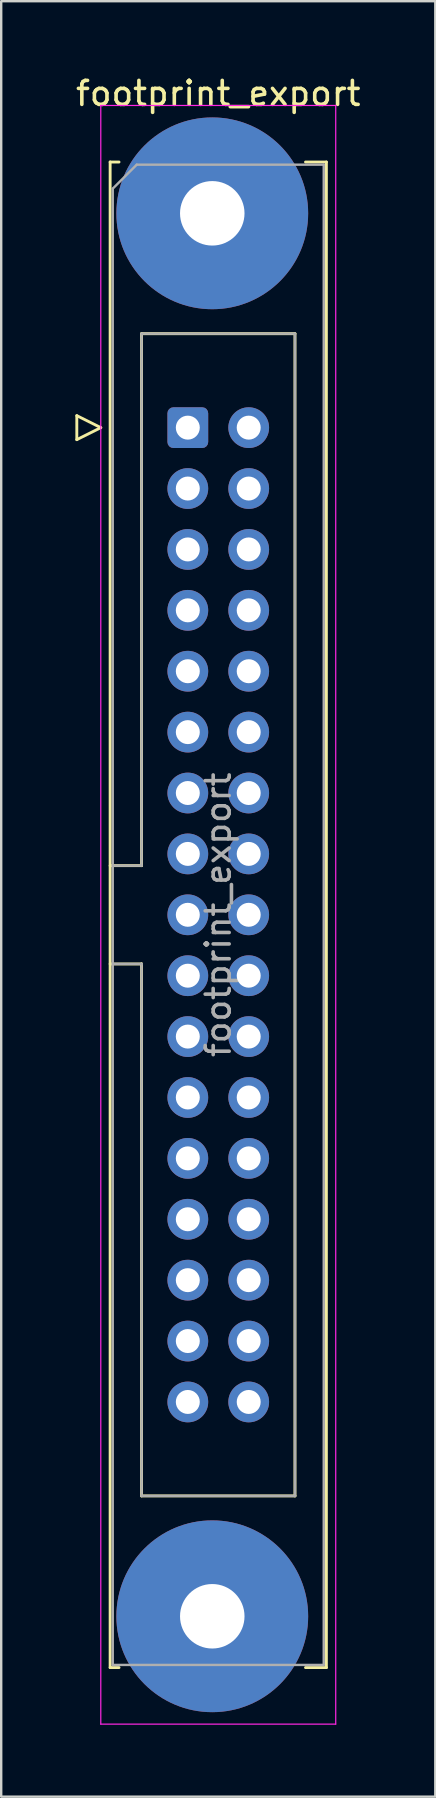
<source format=kicad_pcb>
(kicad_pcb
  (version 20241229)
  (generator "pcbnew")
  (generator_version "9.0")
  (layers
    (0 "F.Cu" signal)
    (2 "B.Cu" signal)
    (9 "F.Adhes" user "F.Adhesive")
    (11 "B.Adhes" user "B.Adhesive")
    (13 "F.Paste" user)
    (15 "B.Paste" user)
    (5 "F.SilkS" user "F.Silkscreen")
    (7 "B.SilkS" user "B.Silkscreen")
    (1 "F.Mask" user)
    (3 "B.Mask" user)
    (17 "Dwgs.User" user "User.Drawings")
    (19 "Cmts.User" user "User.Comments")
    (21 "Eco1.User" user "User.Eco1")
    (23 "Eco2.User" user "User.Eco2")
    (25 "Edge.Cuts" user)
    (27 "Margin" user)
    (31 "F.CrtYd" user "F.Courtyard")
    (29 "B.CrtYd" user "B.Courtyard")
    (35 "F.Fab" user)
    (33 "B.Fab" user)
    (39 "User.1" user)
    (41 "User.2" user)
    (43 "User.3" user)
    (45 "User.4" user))
  (footprint "footprint_export"
    (layer "F.Cu")
    (at 4.784 14.788)
    (property "Reference" "footprint_export" (at 1.27 -13.94 0) (layer "F.SilkS") (effects (font (size 1 1) (thickness 0.15))))
    (attr through_hole)
    (fp_line (start -4.63 -0.5) (end -4.63 0.5) (stroke (width 0.12) (type solid)) (layer "F.SilkS"))
    (fp_line (start -4.63 0.5) (end -3.63 0) (stroke (width 0.12) (type solid)) (layer "F.SilkS"))
    (fp_line (start -3.63 0) (end -4.63 -0.5) (stroke (width 0.12) (type solid)) (layer "F.SilkS"))
    (fp_line (start -3.24 -11.08) (end -3.24 51.72) (stroke (width 0.12) (type solid)) (layer "F.SilkS"))
    (fp_line (start -3.24 18.27) (end -1.93 18.27) (stroke (width 0.12) (type solid)) (layer "F.SilkS"))
    (fp_line (start -3.24 51.72) (end -2.87 51.72) (stroke (width 0.12) (type solid)) (layer "F.SilkS"))
    (fp_line (start -2.87 -11.08) (end -3.24 -11.08) (stroke (width 0.12) (type solid)) (layer "F.SilkS"))
    (fp_line (start -1.93 -3.92) (end 4.47 -3.92) (stroke (width 0.12) (type solid)) (layer "F.SilkS"))
    (fp_line (start -1.93 18.27) (end -1.93 -3.92) (stroke (width 0.12) (type solid)) (layer "F.SilkS"))
    (fp_line (start -1.93 22.37) (end -3.24 22.37) (stroke (width 0.12) (type solid)) (layer "F.SilkS"))
    (fp_line (start -1.93 22.37) (end -1.93 22.37) (stroke (width 0.12) (type solid)) (layer "F.SilkS"))
    (fp_line (start -1.93 44.56) (end -1.93 22.37) (stroke (width 0.12) (type solid)) (layer "F.SilkS"))
    (fp_line (start 4.47 -3.92) (end 4.47 44.56) (stroke (width 0.12) (type solid)) (layer "F.SilkS"))
    (fp_line (start 4.47 44.56) (end -1.93 44.56) (stroke (width 0.12) (type solid)) (layer "F.SilkS"))
    (fp_line (start 4.91 -11.08) (end 5.78 -11.08) (stroke (width 0.12) (type solid)) (layer "F.SilkS"))
    (fp_line (start 5.78 -11.08) (end 5.78 51.72) (stroke (width 0.12) (type solid)) (layer "F.SilkS"))
    (fp_line (start 5.78 51.72) (end 4.91 51.72) (stroke (width 0.12) (type solid)) (layer "F.SilkS"))
    (fp_line (start -3.63 -13.44) (end -3.63 54.08) (stroke (width 0.05) (type solid)) (layer "F.CrtYd"))
    (fp_line (start -3.63 54.08) (end 6.17 54.08) (stroke (width 0.05) (type solid)) (layer "F.CrtYd"))
    (fp_line (start 6.17 -13.44) (end -3.63 -13.44) (stroke (width 0.05) (type solid)) (layer "F.CrtYd"))
    (fp_line (start 6.17 54.08) (end 6.17 -13.44) (stroke (width 0.05) (type solid)) (layer "F.CrtYd"))
    (fp_line (start -3.13 -9.97) (end -2.13 -10.97) (stroke (width 0.1) (type solid)) (layer "F.Fab"))
    (fp_line (start -3.13 18.27) (end -1.93 18.27) (stroke (width 0.1) (type solid)) (layer "F.Fab"))
    (fp_line (start -3.13 51.61) (end -3.13 -9.97) (stroke (width 0.1) (type solid)) (layer "F.Fab"))
    (fp_line (start -2.13 -10.97) (end 5.67 -10.97) (stroke (width 0.1) (type solid)) (layer "F.Fab"))
    (fp_line (start -1.93 -3.92) (end 4.47 -3.92) (stroke (width 0.1) (type solid)) (layer "F.Fab"))
    (fp_line (start -1.93 18.27) (end -1.93 -3.92) (stroke (width 0.1) (type solid)) (layer "F.Fab"))
    (fp_line (start -1.93 22.37) (end -3.13 22.37) (stroke (width 0.1) (type solid)) (layer "F.Fab"))
    (fp_line (start -1.93 22.37) (end -1.93 22.37) (stroke (width 0.1) (type solid)) (layer "F.Fab"))
    (fp_line (start -1.93 44.56) (end -1.93 22.37) (stroke (width 0.1) (type solid)) (layer "F.Fab"))
    (fp_line (start 4.47 -3.92) (end 4.47 44.56) (stroke (width 0.1) (type solid)) (layer "F.Fab"))
    (fp_line (start 4.47 44.56) (end -1.93 44.56) (stroke (width 0.1) (type solid)) (layer "F.Fab"))
    (fp_line (start 5.67 -10.97) (end 5.67 51.61) (stroke (width 0.1) (type solid)) (layer "F.Fab"))
    (fp_line (start 5.67 51.61) (end -3.13 51.61) (stroke (width 0.1) (type solid)) (layer "F.Fab"))
    (fp_text user "${REFERENCE}" (at 1.27 20.32 90) (layer "F.Fab") (effects (font (size 1 1) (thickness 0.15))))
    (pad "1" thru_hole roundrect (at 0 0) (size 1.7 1.7) (drill 1) (layers "*.Cu" "*.Mask") (roundrect_rratio 0.147))
    (pad "2" thru_hole circle (at 2.54 0) (size 1.7 1.7) (drill 1) (layers "*.Cu" "*.Mask"))
    (pad "3" thru_hole circle (at 0 2.54) (size 1.7 1.7) (drill 1) (layers "*.Cu" "*.Mask"))
    (pad "4" thru_hole circle (at 2.54 2.54) (size 1.7 1.7) (drill 1) (layers "*.Cu" "*.Mask"))
    (pad "5" thru_hole circle (at 0 5.08) (size 1.7 1.7) (drill 1) (layers "*.Cu" "*.Mask"))
    (pad "6" thru_hole circle (at 2.54 5.08) (size 1.7 1.7) (drill 1) (layers "*.Cu" "*.Mask"))
    (pad "7" thru_hole circle (at 0 7.62) (size 1.7 1.7) (drill 1) (layers "*.Cu" "*.Mask"))
    (pad "8" thru_hole circle (at 2.54 7.62) (size 1.7 1.7) (drill 1) (layers "*.Cu" "*.Mask"))
    (pad "9" thru_hole circle (at 0 10.16) (size 1.7 1.7) (drill 1) (layers "*.Cu" "*.Mask"))
    (pad "10" thru_hole circle (at 2.54 10.16) (size 1.7 1.7) (drill 1) (layers "*.Cu" "*.Mask"))
    (pad "11" thru_hole circle (at 0 12.7) (size 1.7 1.7) (drill 1) (layers "*.Cu" "*.Mask"))
    (pad "12" thru_hole circle (at 2.54 12.7) (size 1.7 1.7) (drill 1) (layers "*.Cu" "*.Mask"))
    (pad "13" thru_hole circle (at 0 15.24) (size 1.7 1.7) (drill 1) (layers "*.Cu" "*.Mask"))
    (pad "14" thru_hole circle (at 2.54 15.24) (size 1.7 1.7) (drill 1) (layers "*.Cu" "*.Mask"))
    (pad "15" thru_hole circle (at 0 17.78) (size 1.7 1.7) (drill 1) (layers "*.Cu" "*.Mask"))
    (pad "16" thru_hole circle (at 2.54 17.78) (size 1.7 1.7) (drill 1) (layers "*.Cu" "*.Mask"))
    (pad "17" thru_hole circle (at 0 20.32) (size 1.7 1.7) (drill 1) (layers "*.Cu" "*.Mask"))
    (pad "18" thru_hole circle (at 2.54 20.32) (size 1.7 1.7) (drill 1) (layers "*.Cu" "*.Mask"))
    (pad "19" thru_hole circle (at 0 22.86) (size 1.7 1.7) (drill 1) (layers "*.Cu" "*.Mask"))
    (pad "20" thru_hole circle (at 2.54 22.86) (size 1.7 1.7) (drill 1) (layers "*.Cu" "*.Mask"))
    (pad "21" thru_hole circle (at 0 25.4) (size 1.7 1.7) (drill 1) (layers "*.Cu" "*.Mask"))
    (pad "22" thru_hole circle (at 2.54 25.4) (size 1.7 1.7) (drill 1) (layers "*.Cu" "*.Mask"))
    (pad "23" thru_hole circle (at 0 27.94) (size 1.7 1.7) (drill 1) (layers "*.Cu" "*.Mask"))
    (pad "24" thru_hole circle (at 2.54 27.94) (size 1.7 1.7) (drill 1) (layers "*.Cu" "*.Mask"))
    (pad "25" thru_hole circle (at 0 30.48) (size 1.7 1.7) (drill 1) (layers "*.Cu" "*.Mask"))
    (pad "26" thru_hole circle (at 2.54 30.48) (size 1.7 1.7) (drill 1) (layers "*.Cu" "*.Mask"))
    (pad "27" thru_hole circle (at 0 33.02) (size 1.7 1.7) (drill 1) (layers "*.Cu" "*.Mask"))
    (pad "28" thru_hole circle (at 2.54 33.02) (size 1.7 1.7) (drill 1) (layers "*.Cu" "*.Mask"))
    (pad "29" thru_hole circle (at 0 35.56) (size 1.7 1.7) (drill 1) (layers "*.Cu" "*.Mask"))
    (pad "30" thru_hole circle (at 2.54 35.56) (size 1.7 1.7) (drill 1) (layers "*.Cu" "*.Mask"))
    (pad "31" thru_hole circle (at 0 38.1) (size 1.7 1.7) (drill 1) (layers "*.Cu" "*.Mask"))
    (pad "32" thru_hole circle (at 2.54 38.1) (size 1.7 1.7) (drill 1) (layers "*.Cu" "*.Mask"))
    (pad "33" thru_hole circle (at 0 40.64) (size 1.7 1.7) (drill 1) (layers "*.Cu" "*.Mask"))
    (pad "34" thru_hole circle (at 2.54 40.64) (size 1.7 1.7) (drill 1) (layers "*.Cu" "*.Mask"))
    (pad "MP" thru_hole circle (at 1.02 -8.94) (size 8 8) (drill 2.69) (layers "*.Cu" "*.Mask"))
    (pad "MP" thru_hole circle (at 1.02 49.58) (size 8 8) (drill 2.69) (layers "*.Cu" "*.Mask")))
  (gr_rect
    (start -3 -3)
    (end 15.107 71.893)
    (stroke (width 0.1) (type default))
    (fill no)
    (layer "Edge.Cuts")))
</source>
